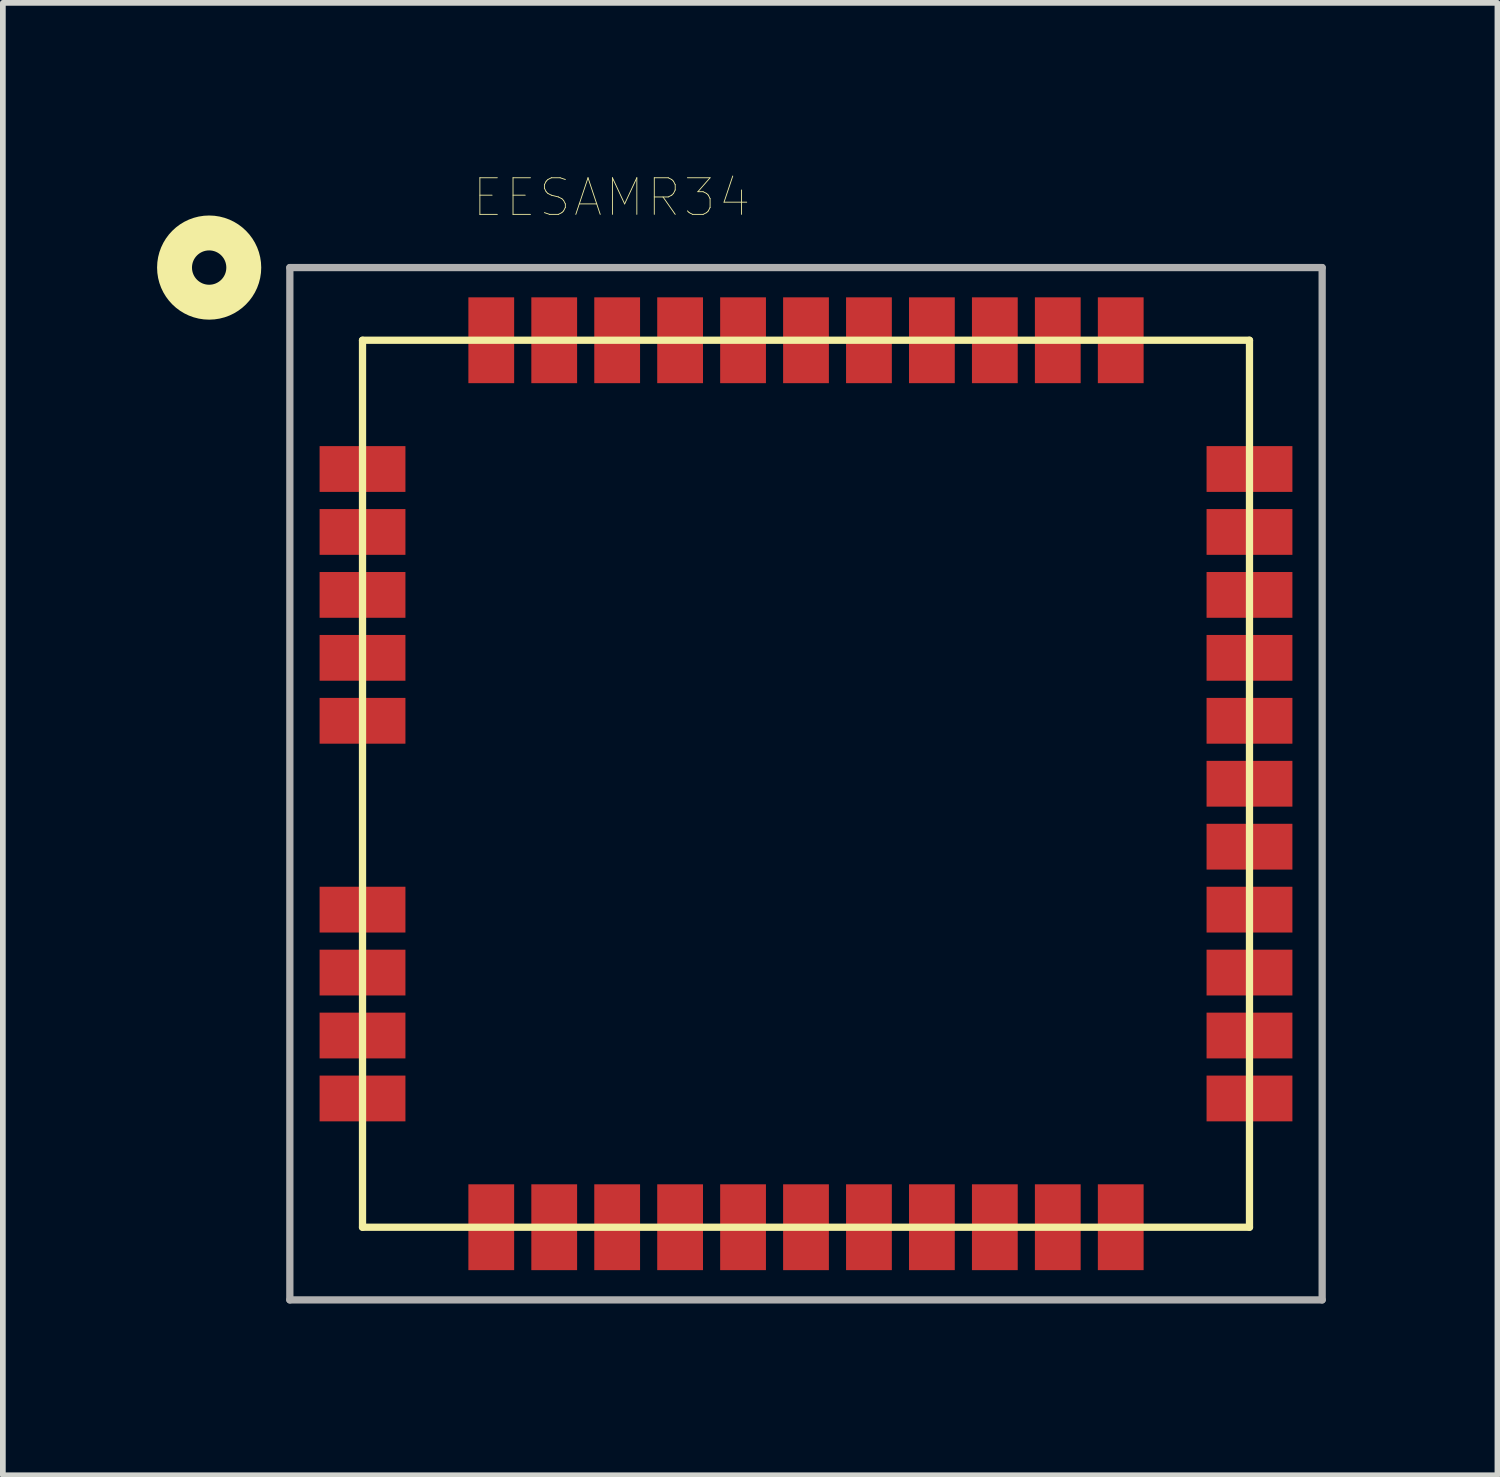
<source format=kicad_pcb>
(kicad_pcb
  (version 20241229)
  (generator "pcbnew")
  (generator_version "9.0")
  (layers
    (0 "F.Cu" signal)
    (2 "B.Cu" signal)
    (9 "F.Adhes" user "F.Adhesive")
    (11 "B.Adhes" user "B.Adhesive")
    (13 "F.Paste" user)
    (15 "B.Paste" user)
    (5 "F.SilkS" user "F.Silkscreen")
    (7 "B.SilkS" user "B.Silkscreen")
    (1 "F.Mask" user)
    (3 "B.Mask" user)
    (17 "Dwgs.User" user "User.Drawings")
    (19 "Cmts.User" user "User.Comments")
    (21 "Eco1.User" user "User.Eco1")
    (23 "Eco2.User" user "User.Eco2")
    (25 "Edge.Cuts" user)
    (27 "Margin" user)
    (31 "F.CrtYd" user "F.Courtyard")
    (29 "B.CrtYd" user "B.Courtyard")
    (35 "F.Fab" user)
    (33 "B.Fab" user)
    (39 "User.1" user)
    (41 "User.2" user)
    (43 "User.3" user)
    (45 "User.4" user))
  (footprint "EESAMR34"
    (layer "F.Cu")
    (at 5.535 2.896)
    (property "Reference" "EESAMR34" (at 2.102 -2.495 0) (layer "F.SilkS") (effects (font (size 0.64 0.64) (thickness 0.015))))
    (attr through_hole)
    (fp_line (start -2.25 0) (end 13.25 0) (stroke (width 0.127) (type solid)) (layer "F.SilkS"))
    (fp_line (start -2.25 15.5) (end -2.25 0) (stroke (width 0.127) (type solid)) (layer "F.SilkS"))
    (fp_line (start 13.25 15.5) (end -2.25 15.5) (stroke (width 0.127) (type solid)) (layer "F.SilkS"))
    (fp_line (start 13.25 15.5) (end 13.25 0) (stroke (width 0.127) (type solid)) (layer "F.SilkS"))
    (fp_circle (center -4.93 -1.27) (end -4.63 -1.27) (stroke (width 0.61) (type solid)) (fill no) (layer "F.SilkS"))
    (fp_line (start -3.52 -1.27) (end 14.52 -1.27) (stroke (width 0.127) (type solid)) (layer "F.Fab"))
    (fp_line (start -3.52 16.77) (end -3.52 -1.27) (stroke (width 0.127) (type solid)) (layer "F.Fab"))
    (fp_line (start 14.52 -1.27) (end 14.52 16.77) (stroke (width 0.127) (type solid)) (layer "F.Fab"))
    (fp_line (start 14.52 16.77) (end -3.52 16.77) (stroke (width 0.127) (type solid)) (layer "F.Fab"))
    (pad "1" smd rect (at -2.25 2.25) (size 1.5 0.8) (layers "F.Cu" "F.Mask" "F.Paste"))
    (pad "2" smd rect (at -2.25 3.35) (size 1.5 0.8) (layers "F.Cu" "F.Mask" "F.Paste"))
    (pad "3" smd rect (at -2.25 4.45) (size 1.5 0.8) (layers "F.Cu" "F.Mask" "F.Paste"))
    (pad "4" smd rect (at -2.25 5.55) (size 1.5 0.8) (layers "F.Cu" "F.Mask" "F.Paste"))
    (pad "5" smd rect (at -2.25 6.65) (size 1.5 0.8) (layers "F.Cu" "F.Mask" "F.Paste"))
    (pad "6" smd rect (at -2.25 9.95) (size 1.5 0.8) (layers "F.Cu" "F.Mask" "F.Paste"))
    (pad "7" smd rect (at -2.25 11.05) (size 1.5 0.8) (layers "F.Cu" "F.Mask" "F.Paste"))
    (pad "8" smd rect (at -2.25 12.15) (size 1.5 0.8) (layers "F.Cu" "F.Mask" "F.Paste"))
    (pad "9" smd rect (at -2.25 13.25) (size 1.5 0.8) (layers "F.Cu" "F.Mask" "F.Paste"))
    (pad "10" smd rect (at 0 15.5) (size 0.8 1.5) (layers "F.Cu" "F.Mask" "F.Paste"))
    (pad "11" smd rect (at 1.1 15.5) (size 0.8 1.5) (layers "F.Cu" "F.Mask" "F.Paste"))
    (pad "12" smd rect (at 2.2 15.5) (size 0.8 1.5) (layers "F.Cu" "F.Mask" "F.Paste"))
    (pad "13" smd rect (at 3.3 15.5) (size 0.8 1.5) (layers "F.Cu" "F.Mask" "F.Paste"))
    (pad "14" smd rect (at 4.4 15.5) (size 0.8 1.5) (layers "F.Cu" "F.Mask" "F.Paste"))
    (pad "15" smd rect (at 5.5 15.5) (size 0.8 1.5) (layers "F.Cu" "F.Mask" "F.Paste"))
    (pad "16" smd rect (at 6.6 15.5) (size 0.8 1.5) (layers "F.Cu" "F.Mask" "F.Paste"))
    (pad "17" smd rect (at 7.7 15.5) (size 0.8 1.5) (layers "F.Cu" "F.Mask" "F.Paste"))
    (pad "18" smd rect (at 8.8 15.5) (size 0.8 1.5) (layers "F.Cu" "F.Mask" "F.Paste"))
    (pad "19" smd rect (at 9.9 15.5) (size 0.8 1.5) (layers "F.Cu" "F.Mask" "F.Paste"))
    (pad "20" smd rect (at 11 15.5) (size 0.8 1.5) (layers "F.Cu" "F.Mask" "F.Paste"))
    (pad "21" smd rect (at 13.25 13.25) (size 1.5 0.8) (layers "F.Cu" "F.Mask" "F.Paste"))
    (pad "22" smd rect (at 13.25 12.15) (size 1.5 0.8) (layers "F.Cu" "F.Mask" "F.Paste"))
    (pad "23" smd rect (at 13.25 11.05) (size 1.5 0.8) (layers "F.Cu" "F.Mask" "F.Paste"))
    (pad "24" smd rect (at 13.25 9.95) (size 1.5 0.8) (layers "F.Cu" "F.Mask" "F.Paste"))
    (pad "25" smd rect (at 13.25 8.85) (size 1.5 0.8) (layers "F.Cu" "F.Mask" "F.Paste"))
    (pad "26" smd rect (at 13.25 7.75) (size 1.5 0.8) (layers "F.Cu" "F.Mask" "F.Paste"))
    (pad "27" smd rect (at 13.25 6.65) (size 1.5 0.8) (layers "F.Cu" "F.Mask" "F.Paste"))
    (pad "28" smd rect (at 13.25 5.55) (size 1.5 0.8) (layers "F.Cu" "F.Mask" "F.Paste"))
    (pad "29" smd rect (at 13.25 4.45) (size 1.5 0.8) (layers "F.Cu" "F.Mask" "F.Paste"))
    (pad "30" smd rect (at 13.25 3.35) (size 1.5 0.8) (layers "F.Cu" "F.Mask" "F.Paste"))
    (pad "31" smd rect (at 13.25 2.25) (size 1.5 0.8) (layers "F.Cu" "F.Mask" "F.Paste"))
    (pad "32" smd rect (at 11 0) (size 0.8 1.5) (layers "F.Cu" "F.Mask" "F.Paste"))
    (pad "33" smd rect (at 9.9 0) (size 0.8 1.5) (layers "F.Cu" "F.Mask" "F.Paste"))
    (pad "34" smd rect (at 8.8 0) (size 0.8 1.5) (layers "F.Cu" "F.Mask" "F.Paste"))
    (pad "35" smd rect (at 7.7 0) (size 0.8 1.5) (layers "F.Cu" "F.Mask" "F.Paste"))
    (pad "36" smd rect (at 6.6 0) (size 0.8 1.5) (layers "F.Cu" "F.Mask" "F.Paste"))
    (pad "37" smd rect (at 5.5 0) (size 0.8 1.5) (layers "F.Cu" "F.Mask" "F.Paste"))
    (pad "38" smd rect (at 4.4 0) (size 0.8 1.5) (layers "F.Cu" "F.Mask" "F.Paste"))
    (pad "39" smd rect (at 3.3 0) (size 0.8 1.5) (layers "F.Cu" "F.Mask" "F.Paste"))
    (pad "40" smd rect (at 2.2 0) (size 0.8 1.5) (layers "F.Cu" "F.Mask" "F.Paste"))
    (pad "41" smd rect (at 1.1 0) (size 0.8 1.5) (layers "F.Cu" "F.Mask" "F.Paste"))
    (pad "42" smd rect (at 0 0) (size 0.8 1.5) (layers "F.Cu" "F.Mask" "F.Paste")))
  (gr_rect
    (start -3 -3)
    (end 23.118 22.73)
    (stroke (width 0.1) (type default))
    (fill no)
    (layer "Edge.Cuts")))
</source>
